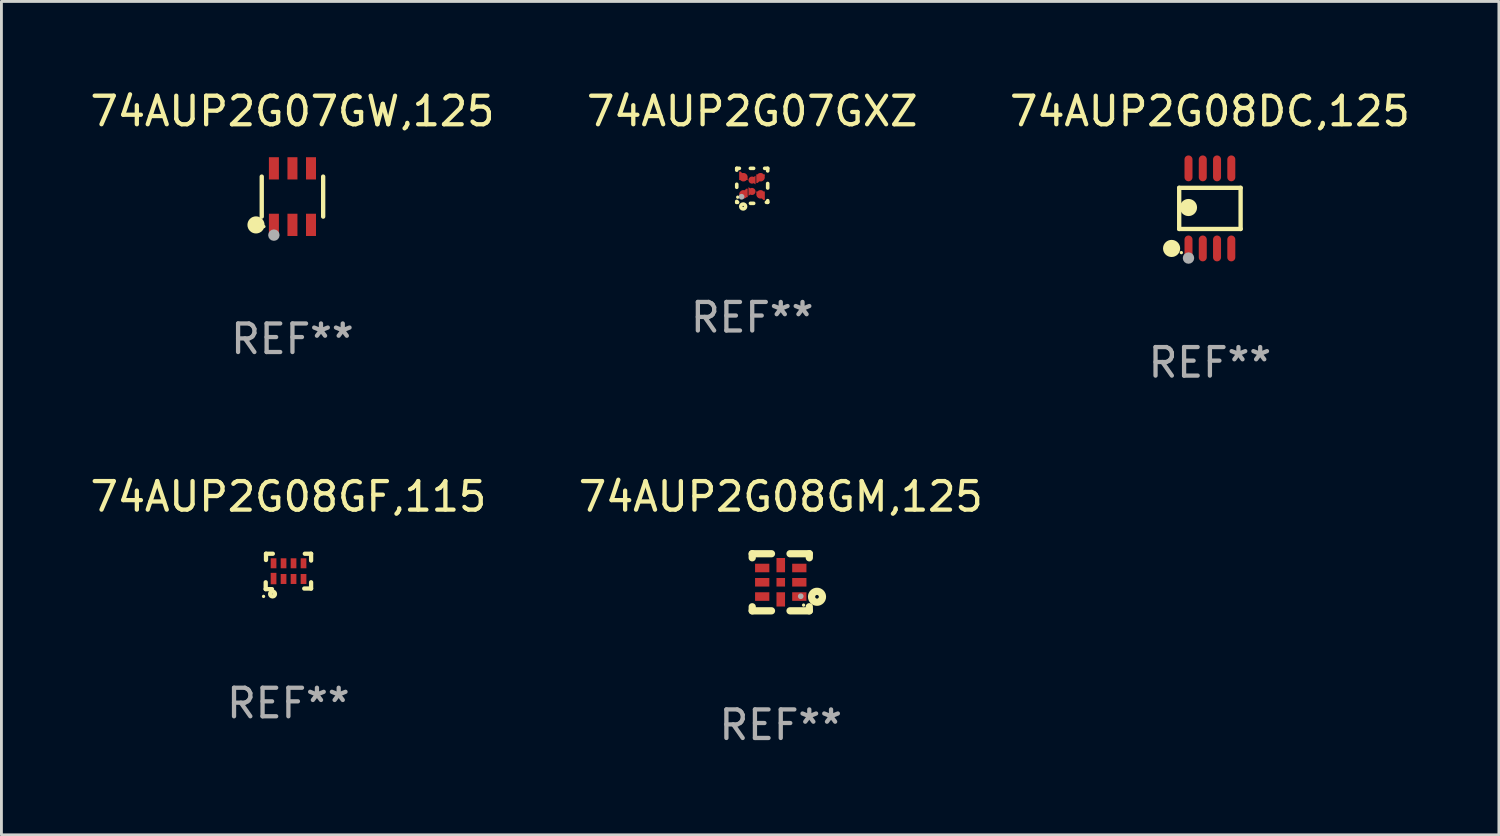
<source format=kicad_pcb>
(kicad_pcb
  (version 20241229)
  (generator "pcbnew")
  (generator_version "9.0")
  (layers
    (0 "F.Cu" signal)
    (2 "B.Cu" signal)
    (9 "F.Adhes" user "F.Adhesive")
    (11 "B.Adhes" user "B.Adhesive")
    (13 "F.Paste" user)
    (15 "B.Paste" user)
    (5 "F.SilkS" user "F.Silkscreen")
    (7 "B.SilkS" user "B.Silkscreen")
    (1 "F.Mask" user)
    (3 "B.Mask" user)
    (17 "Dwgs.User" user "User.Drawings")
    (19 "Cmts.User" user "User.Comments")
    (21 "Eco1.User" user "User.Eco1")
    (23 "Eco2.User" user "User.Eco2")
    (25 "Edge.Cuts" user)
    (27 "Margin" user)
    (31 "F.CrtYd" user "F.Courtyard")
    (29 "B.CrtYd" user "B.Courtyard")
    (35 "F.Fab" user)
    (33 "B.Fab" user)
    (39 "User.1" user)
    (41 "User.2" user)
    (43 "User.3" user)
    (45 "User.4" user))
  (footprint "74AUP2G08GF,115"
    (layer "F.Cu")
    (at 7.054 16.97)
    (property "Reference" "74AUP2G08GF,115" (at 0 -2.62 0) (layer "F.SilkS") (effects (font (size 1 1) (thickness 0.15))))
    (attr through_hole)
    (fp_line (start -0.795 0.62) (end -0.795 0.38) (stroke (width 0.15) (type solid)) (layer "F.SilkS"))
    (fp_line (start -0.785 -0.62) (end -0.545 -0.62) (stroke (width 0.15) (type solid)) (layer "F.SilkS"))
    (fp_line (start -0.785 -0.4) (end -0.785 -0.62) (stroke (width 0.15) (type solid)) (layer "F.SilkS"))
    (fp_line (start -0.575 0.62) (end -0.795 0.62) (stroke (width 0.15) (type solid)) (layer "F.SilkS"))
    (fp_line (start 0.575 -0.62) (end 0.795 -0.62) (stroke (width 0.15) (type solid)) (layer "F.SilkS"))
    (fp_line (start 0.795 -0.62) (end 0.795 -0.38) (stroke (width 0.15) (type solid)) (layer "F.SilkS"))
    (fp_line (start 0.795 0.38) (end 0.795 0.6) (stroke (width 0.15) (type solid)) (layer "F.SilkS"))
    (fp_line (start 0.795 0.6) (end 0.555 0.6) (stroke (width 0.15) (type solid)) (layer "F.SilkS"))
    (fp_circle (center -0.87 0.875) (end -0.84 0.875) (stroke (width 0.06) (type solid)) (fill no) (layer "F.SilkS"))
    (fp_circle (center -0.555 0.79) (end -0.545 0.79) (stroke (width 0.15) (type solid)) (fill no) (layer "F.SilkS"))
    (fp_text user "REF**" (at 0 4.62 0) (layer "F.Fab") (effects (font (size 1 1) (thickness 0.15))))
    (pad "1" smd rect (at -0.52 0.25) (size 0.2 0.4) (layers "F.Cu" "F.Mask" "F.Paste"))
    (pad "2" smd rect (at -0.17 0.265) (size 0.2 0.35) (layers "F.Cu" "F.Mask" "F.Paste"))
    (pad "3" smd rect (at 0.18 0.265) (size 0.2 0.35) (layers "F.Cu" "F.Mask" "F.Paste"))
    (pad "4" smd rect (at 0.53 0.265) (size 0.2 0.35) (layers "F.Cu" "F.Mask" "F.Paste"))
    (pad "5" smd rect (at 0.53 -0.285) (size 0.2 0.35) (layers "F.Cu" "F.Mask" "F.Paste"))
    (pad "6" smd rect (at 0.18 -0.285) (size 0.2 0.35) (layers "F.Cu" "F.Mask" "F.Paste"))
    (pad "7" smd rect (at -0.17 -0.285) (size 0.2 0.35) (layers "F.Cu" "F.Mask" "F.Paste"))
    (pad "8" smd rect (at -0.52 -0.285) (size 0.2 0.35) (layers "F.Cu" "F.Mask" "F.Paste")))
  (footprint "74AUP2G07GW,125"
    (layer "F.Cu")
    (at 7.196 3.838)
    (property "Reference" "74AUP2G07GW,125" (at 0 -2.99 0) (layer "F.SilkS") (effects (font (size 1 1) (thickness 0.15))))
    (attr through_hole)
    (fp_line (start -1.076 0.701) (end -1.076 -0.701) (stroke (width 0.152) (type solid)) (layer "F.SilkS"))
    (fp_line (start 1.076 0.701) (end 1.076 -0.701) (stroke (width 0.152) (type solid)) (layer "F.SilkS"))
    (fp_circle (center -1.277 0.992) (end -1.127 0.992) (stroke (width 0.3) (type solid)) (fill no) (layer "F.SilkS"))
    (fp_circle (center -1 1.05) (end -0.97 1.05) (stroke (width 0.06) (type solid)) (fill no) (layer "F.SilkS"))
    (fp_circle (center -0.65 1.35) (end -0.55 1.35) (stroke (width 0.2) (type solid)) (fill no) (layer "F.Fab"))
    (fp_text user "REF**" (at 0 4.99 0) (layer "F.Fab") (effects (font (size 1 1) (thickness 0.15))))
    (pad "1" smd rect (at -0.65 0.99) (size 0.35 0.78) (layers "F.Cu" "F.Mask" "F.Paste"))
    (pad "2" smd rect (at 0 0.99) (size 0.35 0.78) (layers "F.Cu" "F.Mask" "F.Paste"))
    (pad "3" smd rect (at 0.65 0.99) (size 0.35 0.78) (layers "F.Cu" "F.Mask" "F.Paste"))
    (pad "4" smd rect (at 0.65 -0.99) (size 0.35 0.78) (layers "F.Cu" "F.Mask" "F.Paste"))
    (pad "5" smd rect (at 0 -0.99) (size 0.35 0.78) (layers "F.Cu" "F.Mask" "F.Paste"))
    (pad "6" smd rect (at -0.65 -0.99) (size 0.35 0.78) (layers "F.Cu" "F.Mask" "F.Paste")))
  (footprint "74AUP2G08DC,125"
    (layer "F.Cu")
    (at 39.339 4.251)
    (property "Reference" "74AUP2G08DC,125" (at 0 -3.403 0) (layer "F.SilkS") (effects (font (size 1 1) (thickness 0.15))))
    (attr through_hole)
    (fp_line (start -1.076 -0.721) (end 1.076 -0.721) (stroke (width 0.152) (type solid)) (layer "F.SilkS"))
    (fp_line (start -1.076 0.721) (end -1.076 -0.721) (stroke (width 0.152) (type solid)) (layer "F.SilkS"))
    (fp_line (start 1.076 -0.721) (end 1.076 0.721) (stroke (width 0.152) (type solid)) (layer "F.SilkS"))
    (fp_line (start 1.076 0.721) (end -1.076 0.721) (stroke (width 0.152) (type solid)) (layer "F.SilkS"))
    (fp_circle (center -1.342 1.403) (end -1.192 1.403) (stroke (width 0.3) (type solid)) (fill no) (layer "F.SilkS"))
    (fp_circle (center -1 1.55) (end -0.97 1.55) (stroke (width 0.06) (type solid)) (fill no) (layer "F.SilkS"))
    (fp_circle (center -0.75 -0.031) (end -0.6 -0.031) (stroke (width 0.3) (type solid)) (fill no) (layer "F.SilkS"))
    (fp_circle (center -0.75 1.74) (end -0.65 1.74) (stroke (width 0.2) (type solid)) (fill no) (layer "F.Fab"))
    (fp_text user "REF**" (at 0 5.403 0) (layer "F.Fab") (effects (font (size 1 1) (thickness 0.15))))
    (pad "1" smd oval (at -0.75 1.403) (size 0.28 0.905) (layers "F.Cu" "F.Mask" "F.Paste"))
    (pad "2" smd oval (at -0.25 1.403) (size 0.28 0.905) (layers "F.Cu" "F.Mask" "F.Paste"))
    (pad "3" smd oval (at 0.25 1.403) (size 0.28 0.905) (layers "F.Cu" "F.Mask" "F.Paste"))
    (pad "4" smd oval (at 0.75 1.403) (size 0.28 0.905) (layers "F.Cu" "F.Mask" "F.Paste"))
    (pad "5" smd oval (at 0.75 -1.403) (size 0.28 0.905) (layers "F.Cu" "F.Mask" "F.Paste"))
    (pad "6" smd oval (at 0.25 -1.403) (size 0.28 0.905) (layers "F.Cu" "F.Mask" "F.Paste"))
    (pad "7" smd oval (at -0.25 -1.403) (size 0.28 0.905) (layers "F.Cu" "F.Mask" "F.Paste"))
    (pad "8" smd oval (at -0.75 -1.403) (size 0.28 0.905) (layers "F.Cu" "F.Mask" "F.Paste")))
  (footprint "74AUP2G07GXZ"
    (layer "F.Cu")
    (at 23.304 3.461)
    (property "Reference" "74AUP2G07GXZ" (at 0 -2.613 0) (layer "F.SilkS") (effects (font (size 1 1) (thickness 0.15))))
    (attr through_hole)
    (fp_line (start -0.542 -0.613) (end -0.451 -0.613) (stroke (width 0.127) (type solid)) (layer "F.SilkS"))
    (fp_line (start -0.542 -0.55) (end -0.542 -0.613) (stroke (width 0.127) (type solid)) (layer "F.SilkS"))
    (fp_line (start -0.542 0.05) (end -0.542 -0.055) (stroke (width 0.127) (type solid)) (layer "F.SilkS"))
    (fp_line (start -0.542 0.577) (end -0.542 0.545) (stroke (width 0.127) (type solid)) (layer "F.SilkS"))
    (fp_line (start -0.512 0.577) (end -0.542 0.577) (stroke (width 0.127) (type solid)) (layer "F.SilkS"))
    (fp_line (start -0.064 -0.613) (end 0.049 -0.613) (stroke (width 0.127) (type solid)) (layer "F.SilkS"))
    (fp_line (start -0.062 0.613) (end 0.051 0.613) (stroke (width 0.127) (type solid)) (layer "F.SilkS"))
    (fp_line (start 0.436 -0.613) (end 0.542 -0.613) (stroke (width 0.127) (type solid)) (layer "F.SilkS"))
    (fp_line (start 0.542 -0.613) (end 0.542 -0.524) (stroke (width 0.127) (type solid)) (layer "F.SilkS"))
    (fp_line (start 0.542 -0.081) (end 0.542 0.076) (stroke (width 0.127) (type solid)) (layer "F.SilkS"))
    (fp_line (start 0.542 0.519) (end 0.542 0.577) (stroke (width 0.127) (type solid)) (layer "F.SilkS"))
    (fp_line (start 0.542 0.577) (end 0.497 0.577) (stroke (width 0.127) (type solid)) (layer "F.SilkS"))
    (fp_circle (center -0.508 0.397) (end -0.478 0.397) (stroke (width 0.06) (type solid)) (fill no) (layer "F.SilkS"))
    (fp_circle (center -0.317 0.723) (end -0.296 0.723) (stroke (width 0.127) (type solid)) (fill no) (layer "F.SilkS"))
    (fp_circle (center -0.373 0.382) (end -0.322 0.382) (stroke (width 0.1) (type solid)) (fill no) (layer "F.Fab"))
    (fp_text user "REF**" (at 0 4.613 0) (layer "F.Fab") (effects (font (size 1 1) (thickness 0.15))))
    (pad "1" smd custom (at -0.308 0.298 90) (size 0.3 0.3) (layers "F.Cu" "F.Mask" "F.Paste") (options (anchor circle)) (primitives (gr_poly (pts (xy -0.1 0.15) (xy 0.2 0.15) (xy 0.2 0.1) (xy -0.05 -0.15) (xy -0.1 -0.15)) (width 0) (fill yes))))
    (pad "2" smd custom (at -0.008 0.197 90) (size 0.25 0.3) (layers "F.Cu" "F.Mask" "F.Paste") (options (anchor circle)) (primitives (gr_poly (pts (xy -0.15 -0.125) (xy 0.15 -0.125) (xy 0.000076 0.125)) (width 0) (fill yes))))
    (pad "3" smd custom (at 0.292 0.298 90) (size 0.3 0.3) (layers "F.Cu" "F.Mask" "F.Paste") (options (anchor circle)) (primitives (gr_poly (pts (xy 0.1 0.15) (xy 0.1 -0.15) (xy 0.05 -0.15) (xy -0.2 0.1) (xy -0.2 0.15)) (width 0) (fill yes))))
    (pad "4" smd custom (at 0.292 -0.302 90) (size 0.3 0.3) (layers "F.Cu" "F.Mask" "F.Paste") (options (anchor circle)) (primitives (gr_poly (pts (xy 0.1 -0.15) (xy -0.2 -0.15) (xy -0.2 -0.1) (xy 0.05 0.15) (xy 0.1 0.15)) (width 0) (fill yes))))
    (pad "5" smd custom (at -0.008 -0.202 90) (size 0.25 0.3) (layers "F.Cu" "F.Mask" "F.Paste") (options (anchor circle)) (primitives (gr_poly (pts (xy -0.15 0.125) (xy 0.15 0.125) (xy 0.000051 -0.125)) (width 0) (fill yes))))
    (pad "6" smd custom (at -0.308 -0.302 90) (size 0.3 0.3) (layers "F.Cu" "F.Mask" "F.Paste") (options (anchor circle)) (primitives (gr_poly (pts (xy -0.1 -0.15) (xy 0.2 -0.15) (xy 0.2 -0.1) (xy -0.05 0.15) (xy -0.1 0.15)) (width 0) (fill yes)))))
  (footprint "74AUP2G08GM,125"
    (layer "F.Cu")
    (at 24.304 17.35)
    (property "Reference" "74AUP2G08GM,125" (at 0 -3 0) (layer "F.SilkS") (effects (font (size 1 1) (thickness 0.15))))
    (attr through_hole)
    (fp_line (start -1 -1) (end -0.325 -1) (stroke (width 0.254) (type solid)) (layer "F.SilkS"))
    (fp_line (start -1 -0.858) (end -1 -1) (stroke (width 0.254) (type solid)) (layer "F.SilkS"))
    (fp_line (start -1 1) (end -1 0.858) (stroke (width 0.254) (type solid)) (layer "F.SilkS"))
    (fp_line (start -0.325 1) (end -1 1) (stroke (width 0.254) (type solid)) (layer "F.SilkS"))
    (fp_line (start 0.325 -1) (end 1 -1) (stroke (width 0.254) (type solid)) (layer "F.SilkS"))
    (fp_line (start 1 -1) (end 1 -0.858) (stroke (width 0.254) (type solid)) (layer "F.SilkS"))
    (fp_line (start 1 0.858) (end 1 1) (stroke (width 0.254) (type solid)) (layer "F.SilkS"))
    (fp_line (start 1 1) (end 0.325 1) (stroke (width 0.254) (type solid)) (layer "F.SilkS"))
    (fp_circle (center 0.8 0.8) (end 0.83 0.8) (stroke (width 0.06) (type solid)) (fill no) (layer "F.SilkS"))
    (fp_circle (center 1.27 0.508) (end 1.334 0.508) (stroke (width 0.254) (type solid)) (fill no) (layer "F.SilkS"))
    (fp_circle (center 0.7 0.49) (end 0.75 0.49) (stroke (width 0.1) (type solid)) (fill no) (layer "F.Fab"))
    (fp_text user "REF**" (at 0 5 0) (layer "F.Fab") (effects (font (size 1 1) (thickness 0.15))))
    (pad "1" smd rect (at 0.65 0.5 180) (size 0.5 0.3) (layers "F.Cu" "F.Mask" "F.Paste"))
    (pad "2" smd rect (at 0.65 0 180) (size 0.5 0.3) (layers "F.Cu" "F.Mask" "F.Paste"))
    (pad "3" smd rect (at 0.65 -0.5 180) (size 0.5 0.3) (layers "F.Cu" "F.Mask" "F.Paste"))
    (pad "4" smd rect (at 0.000025 -0.6 270) (size 0.5 0.3) (layers "F.Cu" "F.Mask" "F.Paste"))
    (pad "5" smd rect (at -0.65 -0.5 180) (size 0.5 0.3) (layers "F.Cu" "F.Mask" "F.Paste"))
    (pad "6" smd rect (at -0.65 0 180) (size 0.5 0.3) (layers "F.Cu" "F.Mask" "F.Paste"))
    (pad "7" smd rect (at -0.65 0.5 180) (size 0.5 0.3) (layers "F.Cu" "F.Mask" "F.Paste"))
    (pad "8" smd rect (at 0.000025 0.6 270) (size 0.5 0.3) (layers "F.Cu" "F.Mask" "F.Paste"))
    (pad "9" smd rect (at 0.000025 0 270) (size 0.3 0.3) (layers "F.Cu" "F.Mask" "F.Paste")))
  (gr_rect
    (start -3 -3)
    (end 49.464 26.198)
    (stroke (width 0.1) (type default))
    (fill no)
    (layer "Edge.Cuts")))
</source>
